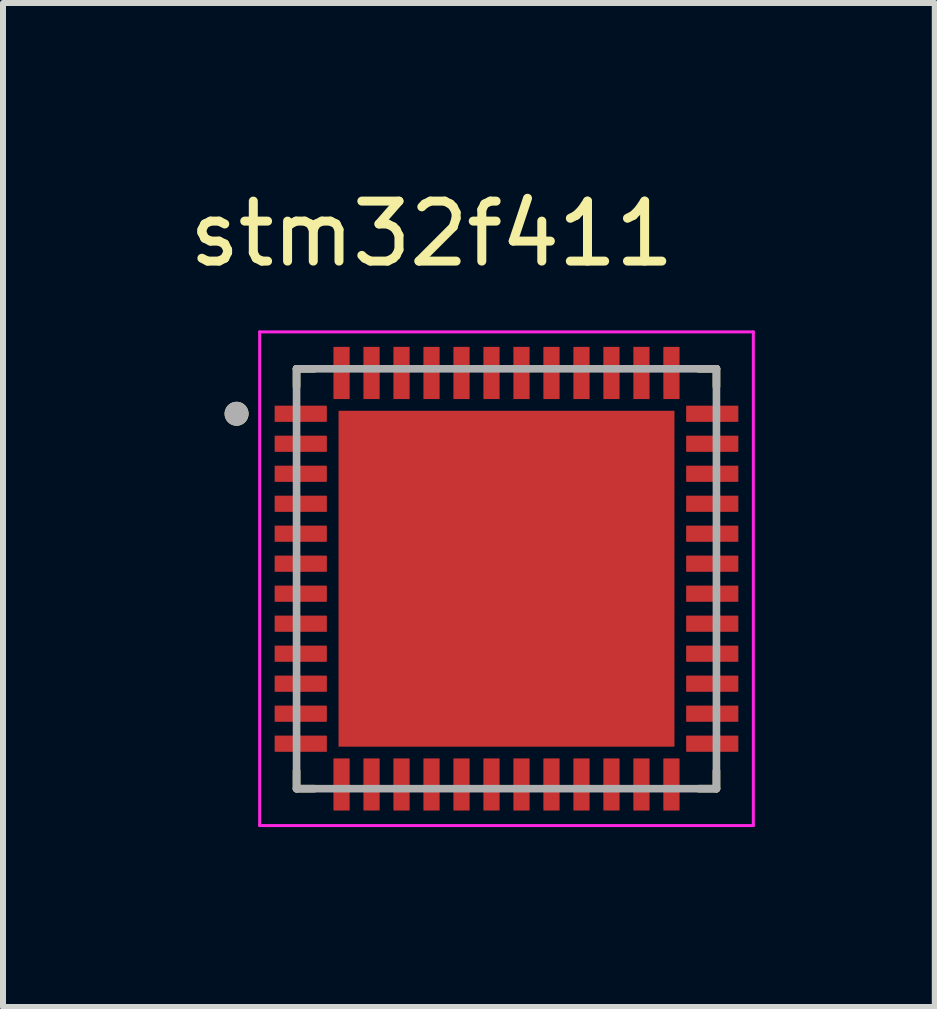
<source format=kicad_pcb>
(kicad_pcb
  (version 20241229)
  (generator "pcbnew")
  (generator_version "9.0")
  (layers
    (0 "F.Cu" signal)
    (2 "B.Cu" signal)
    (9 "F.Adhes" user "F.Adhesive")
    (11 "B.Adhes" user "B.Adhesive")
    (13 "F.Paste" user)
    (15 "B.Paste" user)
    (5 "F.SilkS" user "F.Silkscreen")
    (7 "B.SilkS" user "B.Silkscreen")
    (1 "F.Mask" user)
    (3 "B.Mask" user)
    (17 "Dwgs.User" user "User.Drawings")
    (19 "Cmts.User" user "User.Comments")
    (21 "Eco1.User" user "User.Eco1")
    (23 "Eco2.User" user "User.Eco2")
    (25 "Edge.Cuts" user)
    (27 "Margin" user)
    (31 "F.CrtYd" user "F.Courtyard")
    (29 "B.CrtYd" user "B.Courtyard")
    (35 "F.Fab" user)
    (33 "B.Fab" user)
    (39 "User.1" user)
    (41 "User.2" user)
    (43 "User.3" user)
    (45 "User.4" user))
  (footprint "stm32f411"
    (layer "F.Cu")
    (at 5.394 6.598)
    (property "Reference" "stm32f411" (at -1.245 -5.75 0) (layer "F.SilkS") (effects (font (size 1 1) (thickness 0.15))))
    (attr smd)
    (fp_line (start -3.5 -3.5) (end -3.5 -3.205) (stroke (width 0.127) (type solid)) (layer "F.SilkS"))
    (fp_line (start -3.5 -3.5) (end -3.205 -3.5) (stroke (width 0.127) (type solid)) (layer "F.SilkS"))
    (fp_line (start -3.5 3.5) (end -3.5 3.205) (stroke (width 0.127) (type solid)) (layer "F.SilkS"))
    (fp_line (start -3.5 3.5) (end -3.205 3.5) (stroke (width 0.127) (type solid)) (layer "F.SilkS"))
    (fp_line (start 3.5 -3.5) (end 3.205 -3.5) (stroke (width 0.127) (type solid)) (layer "F.SilkS"))
    (fp_line (start 3.5 -3.5) (end 3.5 -3.205) (stroke (width 0.127) (type solid)) (layer "F.SilkS"))
    (fp_line (start 3.5 3.5) (end 3.205 3.5) (stroke (width 0.127) (type solid)) (layer "F.SilkS"))
    (fp_line (start 3.5 3.5) (end 3.5 3.205) (stroke (width 0.127) (type solid)) (layer "F.SilkS"))
    (fp_circle (center -4.5 -2.75) (end -4.4 -2.75) (stroke (width 0.2) (type solid)) (fill no) (layer "F.SilkS"))
    (fp_poly (pts (xy -2.29 -2.29) (xy -0.51 -2.29) (xy -0.51 -0.51) (xy -2.29 -0.51)) (stroke (width 0.01) (type solid)) (fill yes) (layer "F.Paste"))
    (fp_poly (pts (xy -2.29 0.51) (xy -0.51 0.51) (xy -0.51 2.29) (xy -2.29 2.29)) (stroke (width 0.01) (type solid)) (fill yes) (layer "F.Paste"))
    (fp_poly (pts (xy 0.51 -2.29) (xy 2.29 -2.29) (xy 2.29 -0.51) (xy 0.51 -0.51)) (stroke (width 0.01) (type solid)) (fill yes) (layer "F.Paste"))
    (fp_poly (pts (xy 0.51 0.51) (xy 2.29 0.51) (xy 2.29 2.29) (xy 0.51 2.29)) (stroke (width 0.01) (type solid)) (fill yes) (layer "F.Paste"))
    (fp_line (start -4.115 -4.115) (end 4.115 -4.115) (stroke (width 0.05) (type solid)) (layer "F.CrtYd"))
    (fp_line (start -4.115 4.115) (end -4.115 -4.115) (stroke (width 0.05) (type solid)) (layer "F.CrtYd"))
    (fp_line (start -4.115 4.115) (end 4.115 4.115) (stroke (width 0.05) (type solid)) (layer "F.CrtYd"))
    (fp_line (start 4.115 4.115) (end 4.115 -4.115) (stroke (width 0.05) (type solid)) (layer "F.CrtYd"))
    (fp_line (start -3.5 3.5) (end -3.5 -3.5) (stroke (width 0.127) (type solid)) (layer "F.Fab"))
    (fp_line (start 3.5 -3.5) (end -3.5 -3.5) (stroke (width 0.127) (type solid)) (layer "F.Fab"))
    (fp_line (start 3.5 3.5) (end -3.5 3.5) (stroke (width 0.127) (type solid)) (layer "F.Fab"))
    (fp_line (start 3.5 3.5) (end 3.5 -3.5) (stroke (width 0.127) (type solid)) (layer "F.Fab"))
    (fp_circle (center -4.5 -2.75) (end -4.4 -2.75) (stroke (width 0.2) (type solid)) (fill no) (layer "F.Fab"))
    (pad "1" smd roundrect (at -3.43 -2.75) (size 0.87 0.27) (layers "F.Cu" "F.Mask" "F.Paste") (roundrect_rratio 0.03))
    (pad "2" smd roundrect (at -3.43 -2.25) (size 0.87 0.27) (layers "F.Cu" "F.Mask" "F.Paste") (roundrect_rratio 0.03))
    (pad "3" smd roundrect (at -3.43 -1.75) (size 0.87 0.27) (layers "F.Cu" "F.Mask" "F.Paste") (roundrect_rratio 0.03))
    (pad "4" smd roundrect (at -3.43 -1.25) (size 0.87 0.27) (layers "F.Cu" "F.Mask" "F.Paste") (roundrect_rratio 0.03))
    (pad "5" smd roundrect (at -3.43 -0.75) (size 0.87 0.27) (layers "F.Cu" "F.Mask" "F.Paste") (roundrect_rratio 0.03))
    (pad "6" smd roundrect (at -3.43 -0.25) (size 0.87 0.27) (layers "F.Cu" "F.Mask" "F.Paste") (roundrect_rratio 0.03))
    (pad "7" smd roundrect (at -3.43 0.25) (size 0.87 0.27) (layers "F.Cu" "F.Mask" "F.Paste") (roundrect_rratio 0.03))
    (pad "8" smd roundrect (at -3.43 0.75) (size 0.87 0.27) (layers "F.Cu" "F.Mask" "F.Paste") (roundrect_rratio 0.03))
    (pad "9" smd roundrect (at -3.43 1.25) (size 0.87 0.27) (layers "F.Cu" "F.Mask" "F.Paste") (roundrect_rratio 0.03))
    (pad "10" smd roundrect (at -3.43 1.75) (size 0.87 0.27) (layers "F.Cu" "F.Mask" "F.Paste") (roundrect_rratio 0.03))
    (pad "11" smd roundrect (at -3.43 2.25) (size 0.87 0.27) (layers "F.Cu" "F.Mask" "F.Paste") (roundrect_rratio 0.03))
    (pad "12" smd roundrect (at -3.43 2.75) (size 0.87 0.27) (layers "F.Cu" "F.Mask" "F.Paste") (roundrect_rratio 0.03))
    (pad "13" smd roundrect (at -2.75 3.43 90) (size 0.87 0.27) (layers "F.Cu" "F.Mask" "F.Paste") (roundrect_rratio 0.03))
    (pad "14" smd roundrect (at -2.25 3.43 90) (size 0.87 0.27) (layers "F.Cu" "F.Mask" "F.Paste") (roundrect_rratio 0.03))
    (pad "15" smd roundrect (at -1.75 3.43 90) (size 0.87 0.27) (layers "F.Cu" "F.Mask" "F.Paste") (roundrect_rratio 0.03))
    (pad "16" smd roundrect (at -1.25 3.43 90) (size 0.87 0.27) (layers "F.Cu" "F.Mask" "F.Paste") (roundrect_rratio 0.03))
    (pad "17" smd roundrect (at -0.75 3.43 90) (size 0.87 0.27) (layers "F.Cu" "F.Mask" "F.Paste") (roundrect_rratio 0.03))
    (pad "18" smd roundrect (at -0.25 3.43 90) (size 0.87 0.27) (layers "F.Cu" "F.Mask" "F.Paste") (roundrect_rratio 0.03))
    (pad "19" smd roundrect (at 0.25 3.43 90) (size 0.87 0.27) (layers "F.Cu" "F.Mask" "F.Paste") (roundrect_rratio 0.03))
    (pad "20" smd roundrect (at 0.75 3.43 90) (size 0.87 0.27) (layers "F.Cu" "F.Mask" "F.Paste") (roundrect_rratio 0.03))
    (pad "21" smd roundrect (at 1.25 3.43 90) (size 0.87 0.27) (layers "F.Cu" "F.Mask" "F.Paste") (roundrect_rratio 0.03))
    (pad "22" smd roundrect (at 1.75 3.43 90) (size 0.87 0.27) (layers "F.Cu" "F.Mask" "F.Paste") (roundrect_rratio 0.03))
    (pad "23" smd roundrect (at 2.25 3.43 90) (size 0.87 0.27) (layers "F.Cu" "F.Mask" "F.Paste") (roundrect_rratio 0.03))
    (pad "24" smd roundrect (at 2.75 3.43 90) (size 0.87 0.27) (layers "F.Cu" "F.Mask" "F.Paste") (roundrect_rratio 0.03))
    (pad "25" smd roundrect (at 3.43 2.75) (size 0.87 0.27) (layers "F.Cu" "F.Mask" "F.Paste") (roundrect_rratio 0.03))
    (pad "26" smd roundrect (at 3.43 2.25) (size 0.87 0.27) (layers "F.Cu" "F.Mask" "F.Paste") (roundrect_rratio 0.03))
    (pad "27" smd roundrect (at 3.43 1.75) (size 0.87 0.27) (layers "F.Cu" "F.Mask" "F.Paste") (roundrect_rratio 0.03))
    (pad "28" smd roundrect (at 3.43 1.25) (size 0.87 0.27) (layers "F.Cu" "F.Mask" "F.Paste") (roundrect_rratio 0.03))
    (pad "29" smd roundrect (at 3.43 0.75) (size 0.87 0.27) (layers "F.Cu" "F.Mask" "F.Paste") (roundrect_rratio 0.03))
    (pad "30" smd roundrect (at 3.43 0.25) (size 0.87 0.27) (layers "F.Cu" "F.Mask" "F.Paste") (roundrect_rratio 0.03))
    (pad "31" smd roundrect (at 3.43 -0.25) (size 0.87 0.27) (layers "F.Cu" "F.Mask" "F.Paste") (roundrect_rratio 0.03))
    (pad "32" smd roundrect (at 3.43 -0.75) (size 0.87 0.27) (layers "F.Cu" "F.Mask" "F.Paste") (roundrect_rratio 0.03))
    (pad "33" smd roundrect (at 3.43 -1.25) (size 0.87 0.27) (layers "F.Cu" "F.Mask" "F.Paste") (roundrect_rratio 0.03))
    (pad "34" smd roundrect (at 3.43 -1.75) (size 0.87 0.27) (layers "F.Cu" "F.Mask" "F.Paste") (roundrect_rratio 0.03))
    (pad "35" smd roundrect (at 3.43 -2.25) (size 0.87 0.27) (layers "F.Cu" "F.Mask" "F.Paste") (roundrect_rratio 0.03))
    (pad "36" smd roundrect (at 3.43 -2.75) (size 0.87 0.27) (layers "F.Cu" "F.Mask" "F.Paste") (roundrect_rratio 0.03))
    (pad "37" smd roundrect (at 2.75 -3.43 90) (size 0.87 0.27) (layers "F.Cu" "F.Mask" "F.Paste") (roundrect_rratio 0.03))
    (pad "38" smd roundrect (at 2.25 -3.43 90) (size 0.87 0.27) (layers "F.Cu" "F.Mask" "F.Paste") (roundrect_rratio 0.03))
    (pad "39" smd roundrect (at 1.75 -3.43 90) (size 0.87 0.27) (layers "F.Cu" "F.Mask" "F.Paste") (roundrect_rratio 0.03))
    (pad "40" smd roundrect (at 1.25 -3.43 90) (size 0.87 0.27) (layers "F.Cu" "F.Mask" "F.Paste") (roundrect_rratio 0.03))
    (pad "41" smd roundrect (at 0.75 -3.43 90) (size 0.87 0.27) (layers "F.Cu" "F.Mask" "F.Paste") (roundrect_rratio 0.03))
    (pad "42" smd roundrect (at 0.25 -3.43 90) (size 0.87 0.27) (layers "F.Cu" "F.Mask" "F.Paste") (roundrect_rratio 0.03))
    (pad "43" smd roundrect (at -0.25 -3.43 90) (size 0.87 0.27) (layers "F.Cu" "F.Mask" "F.Paste") (roundrect_rratio 0.03))
    (pad "44" smd roundrect (at -0.75 -3.43 90) (size 0.87 0.27) (layers "F.Cu" "F.Mask" "F.Paste") (roundrect_rratio 0.03))
    (pad "45" smd roundrect (at -1.25 -3.43 90) (size 0.87 0.27) (layers "F.Cu" "F.Mask" "F.Paste") (roundrect_rratio 0.03))
    (pad "46" smd roundrect (at -1.75 -3.43 90) (size 0.87 0.27) (layers "F.Cu" "F.Mask" "F.Paste") (roundrect_rratio 0.03))
    (pad "47" smd roundrect (at -2.25 -3.43 90) (size 0.87 0.27) (layers "F.Cu" "F.Mask" "F.Paste") (roundrect_rratio 0.03))
    (pad "48" smd roundrect (at -2.75 -3.43 90) (size 0.87 0.27) (layers "F.Cu" "F.Mask" "F.Paste") (roundrect_rratio 0.03))
    (pad "49" smd rect (at 0 0) (size 5.6 5.6) (layers "F.Cu" "F.Mask")))
  (gr_rect
    (start -3 -3)
    (end 12.534 13.738)
    (stroke (width 0.1) (type default))
    (fill no)
    (layer "Edge.Cuts")))
</source>
